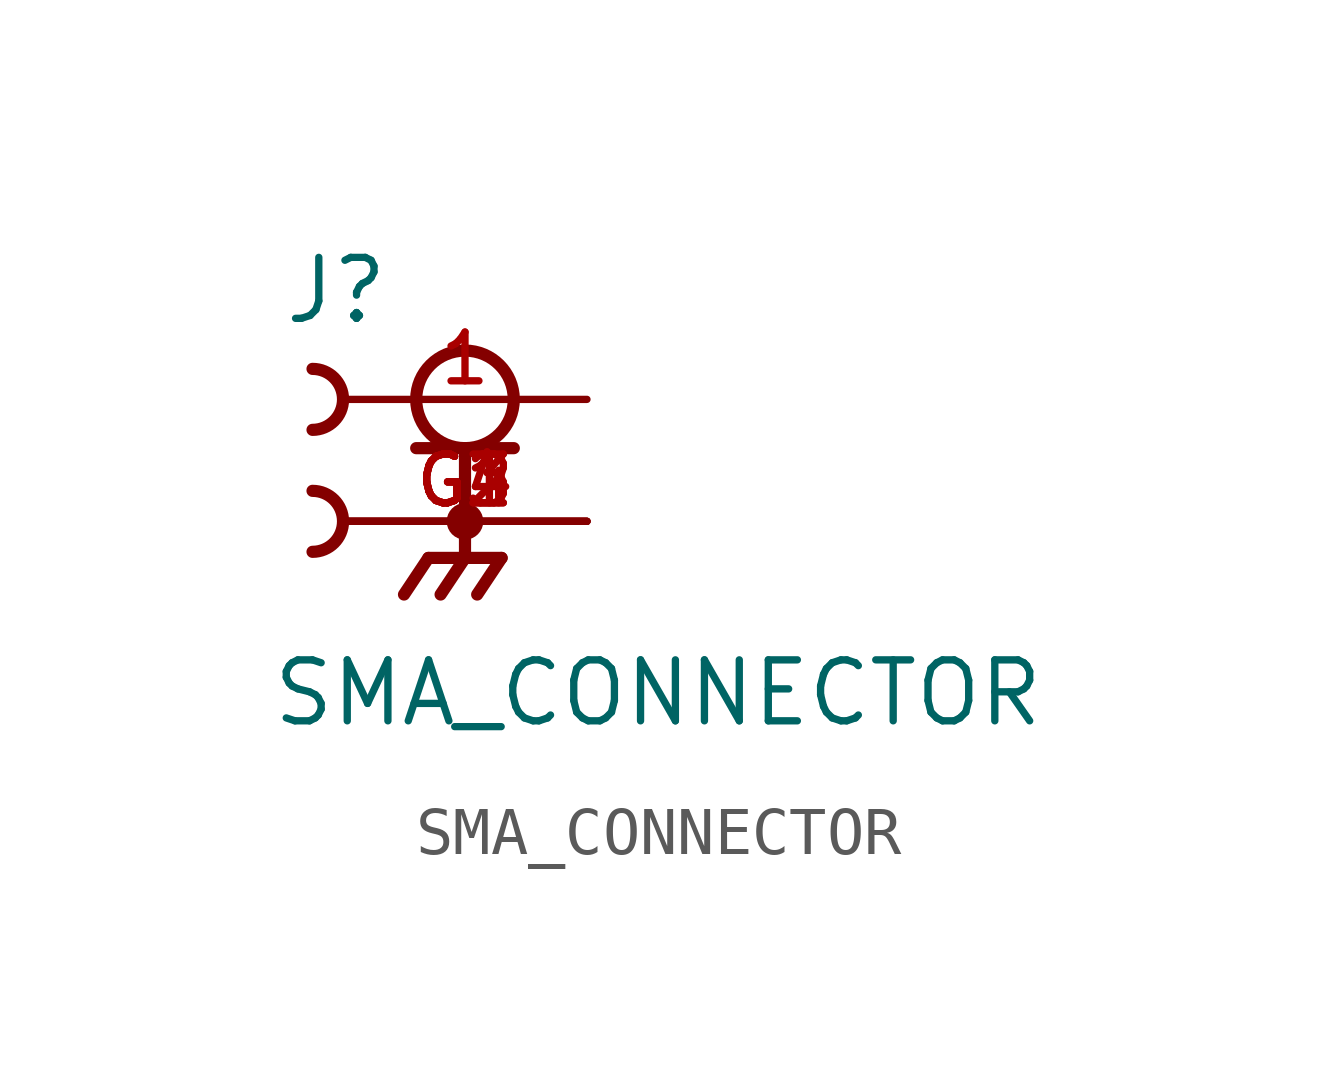
<source format=kicad_sym>
(kicad_symbol_lib
  (version 20211014)
  (generator kicad_symbol_editor)
  (symbol "SMA_CONNECTOR"
    (pin_names
      (offset 1.016))
    (property "Reference" "J"
      (at -3.81 1.524 0)
      (effects (font (size 1.27 1.27)) (justify bottom left)))
    (property "Value" "SMA_CONNECTOR"
      (at -4.064 -6.858 0)
      (effects (font (size 1.27 1.27)) (justify bottom left)))
    (symbol "SMA_CONNECTOR_0_0"
      (circle (center 0.0 0.0) (radius 1.016) (stroke (width 0.254)) (fill (type none)))
      (polyline (pts (xy -1.016 -1.016) (xy 0.0 -1.016)) (stroke (width 0.254)))
      (polyline (pts (xy 0.0 -1.016) (xy 1.016 -1.016)) (stroke (width 0.254)))
      (polyline (pts (xy 0.0 -1.016) (xy 0.0 -3.302)) (stroke (width 0.254)))
      (circle (center 0.0 -2.54) (radius 0.254) (stroke (width 0.254)) (fill (type none)))
      (polyline (pts (xy 0.0 -3.302) (xy -0.762 -3.302)) (stroke (width 0.254)))
      (polyline (pts (xy 0.0 -3.302) (xy 0.762 -3.302)) (stroke (width 0.254)))
      (polyline (pts (xy -0.762 -3.302) (xy -1.27 -4.064)) (stroke (width 0.254)))
      (polyline (pts (xy 0.0 -3.302) (xy -0.508 -4.064)) (stroke (width 0.254)))
      (polyline (pts (xy 0.762 -3.302) (xy 0.254 -4.064)) (stroke (width 0.254)))
      (arc (start -3.175 0.635) (mid -2.54 -0.0) (end -3.175 -0.635) (stroke (width 0.254) (type default) (color 0 0 0 0)) (fill (type none)))
      (arc (start -3.175 -1.905) (mid -2.54 -2.54) (end -3.175 -3.175) (stroke (width 0.254) (type default) (color 0 0 0 0)) (fill (type none)))
      (pin passive line (at 2.54 0.0 180.0) (length 5.08) (name "~" (effects (font (size 1.016 1.016)))) (number "1" (effects (font (size 1.016 1.016)))))
      (pin passive line (at 2.54 -2.54 180.0) (length 5.08) (name "~" (effects (font (size 1.016 1.016)))) (number "G1" (effects (font (size 1.016 1.016)))))
      (pin passive line (at 2.54 -2.54 180.0) (length 5.08) (name "~" (effects (font (size 1.016 1.016)))) (number "G2" (effects (font (size 1.016 1.016)))))
      (pin passive line (at 2.54 -2.54 180.0) (length 5.08) (name "~" (effects (font (size 1.016 1.016)))) (number "G3" (effects (font (size 1.016 1.016)))))
      (pin passive line (at 2.54 -2.54 180.0) (length 5.08) (name "~" (effects (font (size 1.016 1.016)))) (number "G4" (effects (font (size 1.016 1.016))))))))
</source>
